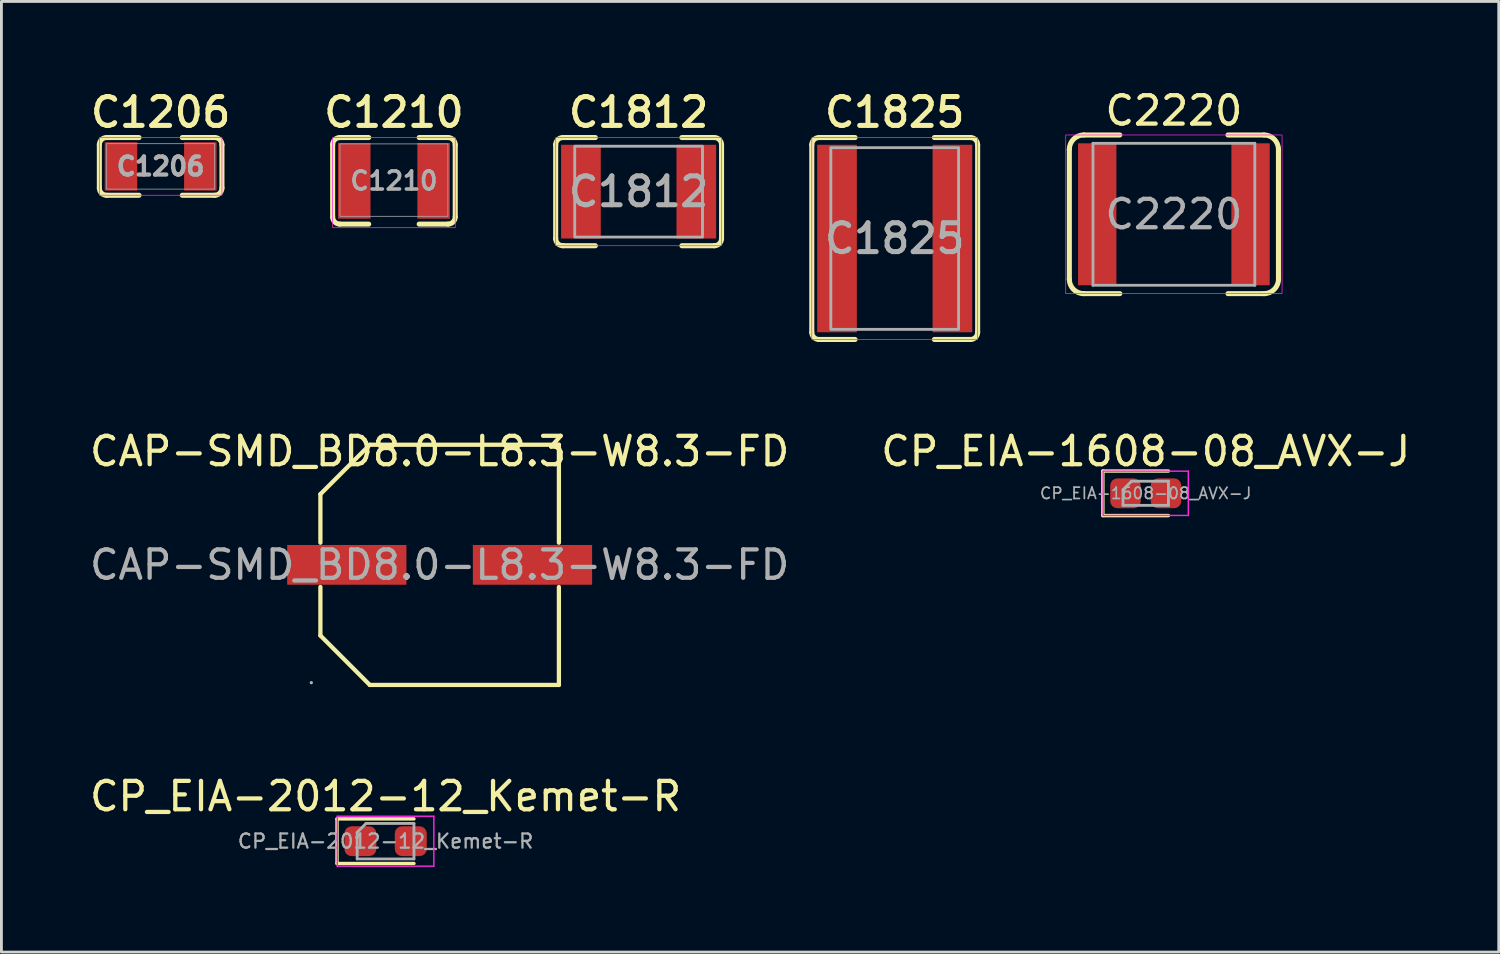
<source format=kicad_pcb>
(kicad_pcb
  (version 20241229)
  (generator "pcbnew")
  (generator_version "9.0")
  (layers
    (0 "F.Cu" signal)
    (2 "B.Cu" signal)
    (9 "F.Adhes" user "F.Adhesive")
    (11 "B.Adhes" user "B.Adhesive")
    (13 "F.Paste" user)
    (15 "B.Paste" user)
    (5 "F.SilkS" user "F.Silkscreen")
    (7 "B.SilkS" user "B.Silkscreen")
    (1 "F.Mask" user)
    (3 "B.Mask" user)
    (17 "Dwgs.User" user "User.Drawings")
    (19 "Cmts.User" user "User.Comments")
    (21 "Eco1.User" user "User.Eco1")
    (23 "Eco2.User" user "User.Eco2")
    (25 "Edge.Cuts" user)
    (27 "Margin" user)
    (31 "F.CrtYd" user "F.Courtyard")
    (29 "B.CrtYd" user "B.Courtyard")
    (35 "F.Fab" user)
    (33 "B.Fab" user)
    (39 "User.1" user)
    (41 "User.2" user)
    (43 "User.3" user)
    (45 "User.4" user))
  (footprint "CAP-SMD_BD8.0-L8.3-W8.3-FD"
    (layer "F.Cu")
    (at 12.435 16.845)
    (property "Reference" "CAP-SMD_BD8.0-L8.3-W8.3-FD" (at 0 -4 0) (layer "F.SilkS") (effects (font (size 1 1) (thickness 0.15))))
    (attr smd)
    (fp_line (start -4.2 -2.49) (end -4.2 -0.78) (stroke (width 0.15) (type solid)) (layer "F.SilkS"))
    (fp_line (start -4.2 2.49) (end -4.2 0.78) (stroke (width 0.15) (type solid)) (layer "F.SilkS"))
    (fp_line (start -2.46 -4.23) (end -4.2 -2.49) (stroke (width 0.15) (type solid)) (layer "F.SilkS"))
    (fp_line (start -2.46 4.23) (end -4.2 2.49) (stroke (width 0.15) (type solid)) (layer "F.SilkS"))
    (fp_line (start 4.2 -4.23) (end -2.46 -4.23) (stroke (width 0.15) (type solid)) (layer "F.SilkS"))
    (fp_line (start 4.2 -0.78) (end 4.2 -4.23) (stroke (width 0.15) (type solid)) (layer "F.SilkS"))
    (fp_line (start 4.2 0.78) (end 4.2 4.23) (stroke (width 0.15) (type solid)) (layer "F.SilkS"))
    (fp_line (start 4.2 4.23) (end -2.46 4.23) (stroke (width 0.15) (type solid)) (layer "F.SilkS"))
    (fp_circle (center -4.52 4.15) (end -4.49 4.15) (stroke (width 0.06) (type solid)) (fill no) (layer "F.Fab"))
    (fp_text user "${REFERENCE}" (at 0 0 0) (layer "F.Fab") (effects (font (size 1 1) (thickness 0.15))))
    (pad "N" smd rect (at 3.27 0) (size 4.2 1.4) (layers "F.Cu" "F.Mask" "F.Paste"))
    (pad "P" smd rect (at -3.27 0) (size 4.2 1.4) (layers "F.Cu" "F.Mask" "F.Paste")))
  (footprint "C2220"
    (layer "F.Cu")
    (at 38.296 4.498)
    (property "Reference" "C2220" (at 0 -3.65 0) (layer "F.SilkS") (effects (font (size 1 1) (thickness 0.15))))
    (attr smd)
    (fp_line (start -3.683 2.286) (end -3.683 -2.286) (stroke (width 0.178) (type default)) (layer "F.SilkS"))
    (fp_line (start -3.175 -2.794) (end -1.905 -2.794) (stroke (width 0.178) (type default)) (layer "F.SilkS"))
    (fp_line (start -3.175 2.794) (end -1.905 2.794) (stroke (width 0.178) (type default)) (layer "F.SilkS"))
    (fp_line (start 1.905 2.794) (end 3.175 2.794) (stroke (width 0.178) (type default)) (layer "F.SilkS"))
    (fp_line (start 1.905 -2.794) (end 3.175 -2.794) (stroke (width 0.178) (type default)) (layer "F.SilkS"))
    (fp_line (start 3.683 -2.286) (end 3.683 2.286) (stroke (width 0.178) (type default)) (layer "F.SilkS"))
    (fp_arc (start -3.683001 -2.286001) (mid -3.534211 -2.645211) (end -3.175001 -2.794001) (stroke (width 0.1778) (type default)) (layer "F.SilkS"))
    (fp_arc (start -3.175 2.794) (mid -3.53421 2.64521) (end -3.683 2.286) (stroke (width 0.1778) (type default)) (layer "F.SilkS"))
    (fp_arc (start 3.175001 -2.794001) (mid 3.534211 -2.645211) (end 3.683001 -2.286001) (stroke (width 0.1778) (type default)) (layer "F.SilkS"))
    (fp_arc (start 3.683 2.286) (mid 3.53421 2.64521) (end 3.175 2.794) (stroke (width 0.1778) (type default)) (layer "F.SilkS"))
    (fp_rect (start -3.81 -2.794) (end 3.81 2.794) (stroke (width 0.025) (type default)) (fill no) (layer "F.CrtYd"))
    (fp_line (start -2.85 -2.5) (end 2.85 -2.5) (stroke (width 0.1) (type solid)) (layer "F.Fab"))
    (fp_line (start -2.85 2.5) (end -2.85 -2.5) (stroke (width 0.1) (type solid)) (layer "F.Fab"))
    (fp_line (start 2.85 -2.5) (end 2.85 2.5) (stroke (width 0.1) (type solid)) (layer "F.Fab"))
    (fp_line (start 2.85 2.5) (end -2.85 2.5) (stroke (width 0.1) (type solid)) (layer "F.Fab"))
    (fp_text user "${REFERENCE}" (at 0 0 0) (layer "F.Fab") (effects (font (size 1 1) (thickness 0.15))))
    (pad "1" smd rect (at -2.7 0) (size 1.35 5) (layers "F.Cu" "F.Mask" "F.Paste"))
    (pad "2" smd rect (at 2.7 0) (size 1.35 5) (layers "F.Cu" "F.Mask" "F.Paste")))
  (footprint "C1206"
    (layer "F.Cu")
    (at 2.608 2.811)
    (property "Reference" "C1206" (at 0 -1.905 0) (layer "F.SilkS") (effects (font (size 1.016 1.016) (thickness 0.178))))
    (attr smd)
    (fp_line (start -2.159 -0.762) (end -2.159 0.762) (stroke (width 0.178) (type solid)) (layer "F.SilkS"))
    (fp_line (start -0.762 -1.016) (end -1.905 -1.016) (stroke (width 0.178) (type solid)) (layer "F.SilkS"))
    (fp_line (start -0.762 1.016) (end -1.905 1.016) (stroke (width 0.178) (type solid)) (layer "F.SilkS"))
    (fp_line (start 1.905 -1.016) (end 0.762 -1.016) (stroke (width 0.178) (type solid)) (layer "F.SilkS"))
    (fp_line (start 1.905 1.016) (end 0.762 1.016) (stroke (width 0.178) (type solid)) (layer "F.SilkS"))
    (fp_line (start 2.159 -0.762) (end 2.159 0.762) (stroke (width 0.178) (type solid)) (layer "F.SilkS"))
    (fp_arc (start -2.158999 -0.762001) (mid -2.084603 -0.941606) (end -1.904997 -1.015999) (stroke (width 0.1778) (type solid)) (layer "F.SilkS"))
    (fp_arc (start -1.904999 1.015997) (mid -2.084603 0.941603) (end -2.158997 0.761999) (stroke (width 0.1778) (type solid)) (layer "F.SilkS"))
    (fp_arc (start 1.904999 -1.015997) (mid 2.084603 -0.941603) (end 2.158997 -0.761999) (stroke (width 0.1778) (type solid)) (layer "F.SilkS"))
    (fp_arc (start 2.158999 0.762001) (mid 2.084603 0.941606) (end 1.904997 1.015999) (stroke (width 0.1778) (type solid)) (layer "F.SilkS"))
    (fp_rect (start -2.159 -1.016) (end 2.159 1.016) (stroke (width 0.025) (type solid)) (fill no) (layer "F.CrtYd"))
    (fp_rect (start -1.9 -0.8) (end 1.9 0.8) (stroke (width 0.025) (type solid)) (fill no) (layer "F.Fab"))
    (fp_text user "${REFERENCE}" (at 0 0 0) (layer "F.Fab") (effects (font (size 0.635 0.635) (thickness 0.152) (bold yes))))
    (pad "1" smd rect (at -1.397 0) (size 1.143 1.702) (layers "F.Cu" "F.Mask" "F.Paste"))
    (pad "2" smd rect (at 1.397 0) (size 1.143 1.702) (layers "F.Cu" "F.Mask" "F.Paste")))
  (footprint "C1210"
    (layer "F.Cu")
    (at 10.825 3.319)
    (property "Reference" "C1210" (at 0 -2.413 0) (layer "F.SilkS") (effects (font (size 1.016 1.016) (thickness 0.178))))
    (attr smd)
    (fp_line (start -2.159 1.27) (end -2.159 -1.27) (stroke (width 0.178) (type solid)) (layer "F.SilkS"))
    (fp_line (start -1.905 -1.524) (end -0.889 -1.524) (stroke (width 0.178) (type solid)) (layer "F.SilkS"))
    (fp_line (start -1.905 1.524) (end -0.889 1.524) (stroke (width 0.178) (type solid)) (layer "F.SilkS"))
    (fp_line (start 0.889 -1.524) (end 1.905 -1.524) (stroke (width 0.178) (type solid)) (layer "F.SilkS"))
    (fp_line (start 0.889 1.524) (end 1.905 1.524) (stroke (width 0.178) (type solid)) (layer "F.SilkS"))
    (fp_line (start 2.159 1.27) (end 2.159 -1.27) (stroke (width 0.178) (type solid)) (layer "F.SilkS"))
    (fp_arc (start -2.158999 -1.270001) (mid -2.084603 -1.449606) (end -1.904997 -1.523999) (stroke (width 0.1778) (type solid)) (layer "F.SilkS"))
    (fp_arc (start -1.904999 1.523997) (mid -2.084603 1.449603) (end -2.158997 1.269999) (stroke (width 0.1778) (type solid)) (layer "F.SilkS"))
    (fp_arc (start 1.904999 -1.523997) (mid 2.084603 -1.449603) (end 2.158997 -1.269999) (stroke (width 0.1778) (type solid)) (layer "F.SilkS"))
    (fp_arc (start 2.158997 1.269999) (mid 2.084603 1.449603) (end 1.904999 1.523997) (stroke (width 0.1778) (type solid)) (layer "F.SilkS"))
    (fp_rect (start -2.159 -1.524) (end 2.159 1.651) (stroke (width 0.025) (type solid)) (fill no) (layer "F.CrtYd"))
    (fp_rect (start -1.9 -1.3) (end 1.9 1.25) (stroke (width 0.025) (type solid)) (fill no) (layer "F.Fab"))
    (fp_text user "${REFERENCE}" (at 0 0 0) (layer "F.Fab") (effects (font (size 0.635 0.635) (thickness 0.127) (bold yes))))
    (pad "1" smd rect (at -1.397 0) (size 1.143 2.667) (layers "F.Cu" "F.Mask" "F.Paste"))
    (pad "2" smd rect (at 1.397 0) (size 1.143 2.667) (layers "F.Cu" "F.Mask" "F.Paste")))
  (footprint "C1812"
    (layer "F.Cu")
    (at 19.443 3.7)
    (property "Reference" "C1812" (at 0 -2.794 0) (unlocked yes) (layer "F.SilkS") (effects (font (size 1.016 1.016) (thickness 0.178))))
    (attr smd)
    (fp_line (start -2.921 1.651) (end -2.921 -1.651) (stroke (width 0.178) (type solid)) (layer "F.SilkS"))
    (fp_line (start -2.667 -1.905) (end -1.524 -1.905) (stroke (width 0.178) (type solid)) (layer "F.SilkS"))
    (fp_line (start -2.667 1.905) (end -1.524 1.905) (stroke (width 0.178) (type solid)) (layer "F.SilkS"))
    (fp_line (start 1.524 -1.905) (end 2.667 -1.905) (stroke (width 0.178) (type solid)) (layer "F.SilkS"))
    (fp_line (start 1.524 1.905) (end 2.667 1.905) (stroke (width 0.178) (type solid)) (layer "F.SilkS"))
    (fp_line (start 2.921 1.651) (end 2.921 -1.651) (stroke (width 0.178) (type solid)) (layer "F.SilkS"))
    (fp_arc (start -2.920999 -1.651001) (mid -2.846603 -1.830606) (end -2.666997 -1.904999) (stroke (width 0.1778) (type solid)) (layer "F.SilkS"))
    (fp_arc (start -2.666999 1.904997) (mid -2.846603 1.830603) (end -2.920997 1.650999) (stroke (width 0.1778) (type solid)) (layer "F.SilkS"))
    (fp_arc (start 2.666999 -1.904997) (mid 2.846603 -1.830603) (end 2.920997 -1.650999) (stroke (width 0.1778) (type solid)) (layer "F.SilkS"))
    (fp_arc (start 2.920997 1.650999) (mid 2.846603 1.830603) (end 2.666999 1.904997) (stroke (width 0.1778) (type solid)) (layer "F.SilkS"))
    (fp_rect (start -2.921 -1.905) (end 2.921 1.905) (stroke (width 0.025) (type solid)) (fill no) (layer "F.CrtYd"))
    (fp_rect (start -2.25 -1.6) (end 2.25 1.6) (stroke (width 0.1) (type solid)) (fill no) (layer "F.Fab"))
    (fp_text user "${REFERENCE}" (at 0 0 0) (unlocked yes) (layer "F.Fab") (effects (font (size 1.016 1.016) (thickness 0.178))))
    (pad "1" smd rect (at -2.032 0) (size 1.397 3.302) (layers "F.Cu" "F.Mask" "F.Paste"))
    (pad "2" smd rect (at 2.032 0) (size 1.397 3.302) (layers "F.Cu" "F.Mask" "F.Paste")))
  (footprint "CP_EIA-2012-12_Kemet-R"
    (layer "F.Cu")
    (at 10.53 26.578)
    (property "Reference" "CP_EIA-2012-12_Kemet-R" (at 0 -1.58 0) (layer "F.SilkS") (effects (font (size 1 1) (thickness 0.15))))
    (attr smd)
    (fp_line (start -1.71 -0.785) (end -1.71 0.785) (stroke (width 0.12) (type solid)) (layer "F.SilkS"))
    (fp_line (start -1.71 0.785) (end 1 0.785) (stroke (width 0.12) (type solid)) (layer "F.SilkS"))
    (fp_line (start 1 -0.785) (end -1.71 -0.785) (stroke (width 0.12) (type solid)) (layer "F.SilkS"))
    (fp_line (start -1.7 -0.88) (end 1.7 -0.88) (stroke (width 0.05) (type solid)) (layer "F.CrtYd"))
    (fp_line (start -1.7 0.88) (end -1.7 -0.88) (stroke (width 0.05) (type solid)) (layer "F.CrtYd"))
    (fp_line (start 1.7 -0.88) (end 1.7 0.88) (stroke (width 0.05) (type solid)) (layer "F.CrtYd"))
    (fp_line (start 1.7 0.88) (end -1.7 0.88) (stroke (width 0.05) (type solid)) (layer "F.CrtYd"))
    (fp_line (start -1 -0.312) (end -1 0.625) (stroke (width 0.1) (type solid)) (layer "F.Fab"))
    (fp_line (start -1 0.625) (end 1 0.625) (stroke (width 0.1) (type solid)) (layer "F.Fab"))
    (fp_line (start -0.688 -0.625) (end -1 -0.312) (stroke (width 0.1) (type solid)) (layer "F.Fab"))
    (fp_line (start 1 -0.625) (end -0.688 -0.625) (stroke (width 0.1) (type solid)) (layer "F.Fab"))
    (fp_line (start 1 0.625) (end 1 -0.625) (stroke (width 0.1) (type solid)) (layer "F.Fab"))
    (fp_text user "${REFERENCE}" (at 0 0 0) (layer "F.Fab") (effects (font (size 0.5 0.5) (thickness 0.08))))
    (pad "1" smd roundrect (at -0.887 0) (size 1.125 1.05) (layers "F.Cu" "F.Mask" "F.Paste") (roundrect_rratio 0.238))
    (pad "2" smd roundrect (at 0.887 0) (size 1.125 1.05) (layers "F.Cu" "F.Mask" "F.Paste") (roundrect_rratio 0.238)))
  (footprint "C1825"
    (layer "F.Cu")
    (at 28.463 5.351)
    (property "Reference" "C1825" (at 0 -4.445 0) (unlocked yes) (layer "F.SilkS") (effects (font (size 1.016 1.016) (thickness 0.178))))
    (attr smd)
    (fp_line (start -2.921 3.302) (end -2.921 -3.302) (stroke (width 0.178) (type solid)) (layer "F.SilkS"))
    (fp_line (start -2.667 -3.556) (end -1.397 -3.556) (stroke (width 0.178) (type solid)) (layer "F.SilkS"))
    (fp_line (start -2.667 3.556) (end -1.397 3.556) (stroke (width 0.178) (type solid)) (layer "F.SilkS"))
    (fp_line (start 1.397 -3.556) (end 2.667 -3.556) (stroke (width 0.178) (type solid)) (layer "F.SilkS"))
    (fp_line (start 1.397 3.556) (end 2.667 3.556) (stroke (width 0.178) (type solid)) (layer "F.SilkS"))
    (fp_line (start 2.921 3.302) (end 2.921 -3.302) (stroke (width 0.178) (type solid)) (layer "F.SilkS"))
    (fp_arc (start -2.920999 -3.302001) (mid -2.846603 -3.481606) (end -2.666997 -3.555999) (stroke (width 0.1778) (type solid)) (layer "F.SilkS"))
    (fp_arc (start -2.667 3.556) (mid -2.846604 3.481606) (end -2.920998 3.302002) (stroke (width 0.1778) (type solid)) (layer "F.SilkS"))
    (fp_arc (start 2.666999 -3.555997) (mid 2.846603 -3.481603) (end 2.920997 -3.301999) (stroke (width 0.1778) (type solid)) (layer "F.SilkS"))
    (fp_arc (start 2.920997 3.301999) (mid 2.846603 3.481603) (end 2.666999 3.555997) (stroke (width 0.1778) (type solid)) (layer "F.SilkS"))
    (fp_rect (start -2.921 3.556) (end 2.921 -3.556) (stroke (width 0.025) (type solid)) (fill no) (layer "F.CrtYd"))
    (fp_rect (start -2.25 -3.2) (end 2.25 3.2) (stroke (width 0.1) (type solid)) (fill no) (layer "F.Fab"))
    (fp_text user "${REFERENCE}" (at 0 0 0) (unlocked yes) (layer "F.Fab") (effects (font (size 1.016 1.016) (thickness 0.178))))
    (pad "1" smd rect (at -2.032 0) (size 1.397 6.604) (layers "F.Cu" "F.Mask" "F.Paste"))
    (pad "2" smd rect (at 2.032 0) (size 1.397 6.604) (layers "F.Cu" "F.Mask" "F.Paste")))
  (footprint "CP_EIA-1608-08_AVX-J"
    (layer "F.Cu")
    (at 37.304 14.325)
    (property "Reference" "CP_EIA-1608-08_AVX-J" (at 0 -1.48 0) (layer "F.SilkS") (effects (font (size 1 1) (thickness 0.15))))
    (attr smd)
    (fp_line (start -1.51 -0.785) (end -1.51 0.785) (stroke (width 0.12) (type solid)) (layer "F.SilkS"))
    (fp_line (start -1.51 0.785) (end 0.8 0.785) (stroke (width 0.12) (type solid)) (layer "F.SilkS"))
    (fp_line (start 0.8 -0.785) (end -1.51 -0.785) (stroke (width 0.12) (type solid)) (layer "F.SilkS"))
    (fp_line (start -1.5 -0.78) (end 1.5 -0.78) (stroke (width 0.05) (type solid)) (layer "F.CrtYd"))
    (fp_line (start -1.5 0.78) (end -1.5 -0.78) (stroke (width 0.05) (type solid)) (layer "F.CrtYd"))
    (fp_line (start 1.5 -0.78) (end 1.5 0.78) (stroke (width 0.05) (type solid)) (layer "F.CrtYd"))
    (fp_line (start 1.5 0.78) (end -1.5 0.78) (stroke (width 0.05) (type solid)) (layer "F.CrtYd"))
    (fp_line (start -0.8 -0.125) (end -0.8 0.425) (stroke (width 0.1) (type solid)) (layer "F.Fab"))
    (fp_line (start -0.8 0.425) (end 0.8 0.425) (stroke (width 0.1) (type solid)) (layer "F.Fab"))
    (fp_line (start -0.5 -0.425) (end -0.8 -0.125) (stroke (width 0.1) (type solid)) (layer "F.Fab"))
    (fp_line (start 0.8 -0.425) (end -0.5 -0.425) (stroke (width 0.1) (type solid)) (layer "F.Fab"))
    (fp_line (start 0.8 0.425) (end 0.8 -0.425) (stroke (width 0.1) (type solid)) (layer "F.Fab"))
    (fp_text user "${REFERENCE}" (at 0 0 0) (layer "F.Fab") (effects (font (size 0.4 0.4) (thickness 0.06))))
    (pad "1" smd roundrect (at -0.713 0) (size 1.075 1.05) (layers "F.Cu" "F.Mask" "F.Paste") (roundrect_rratio 0.238))
    (pad "2" smd roundrect (at 0.713 0) (size 1.075 1.05) (layers "F.Cu" "F.Mask" "F.Paste") (roundrect_rratio 0.238)))
  (gr_rect
    (start -3 -3)
    (end 49.738 30.483)
    (stroke (width 0.1) (type default))
    (fill no)
    (layer "Edge.Cuts")))
</source>
